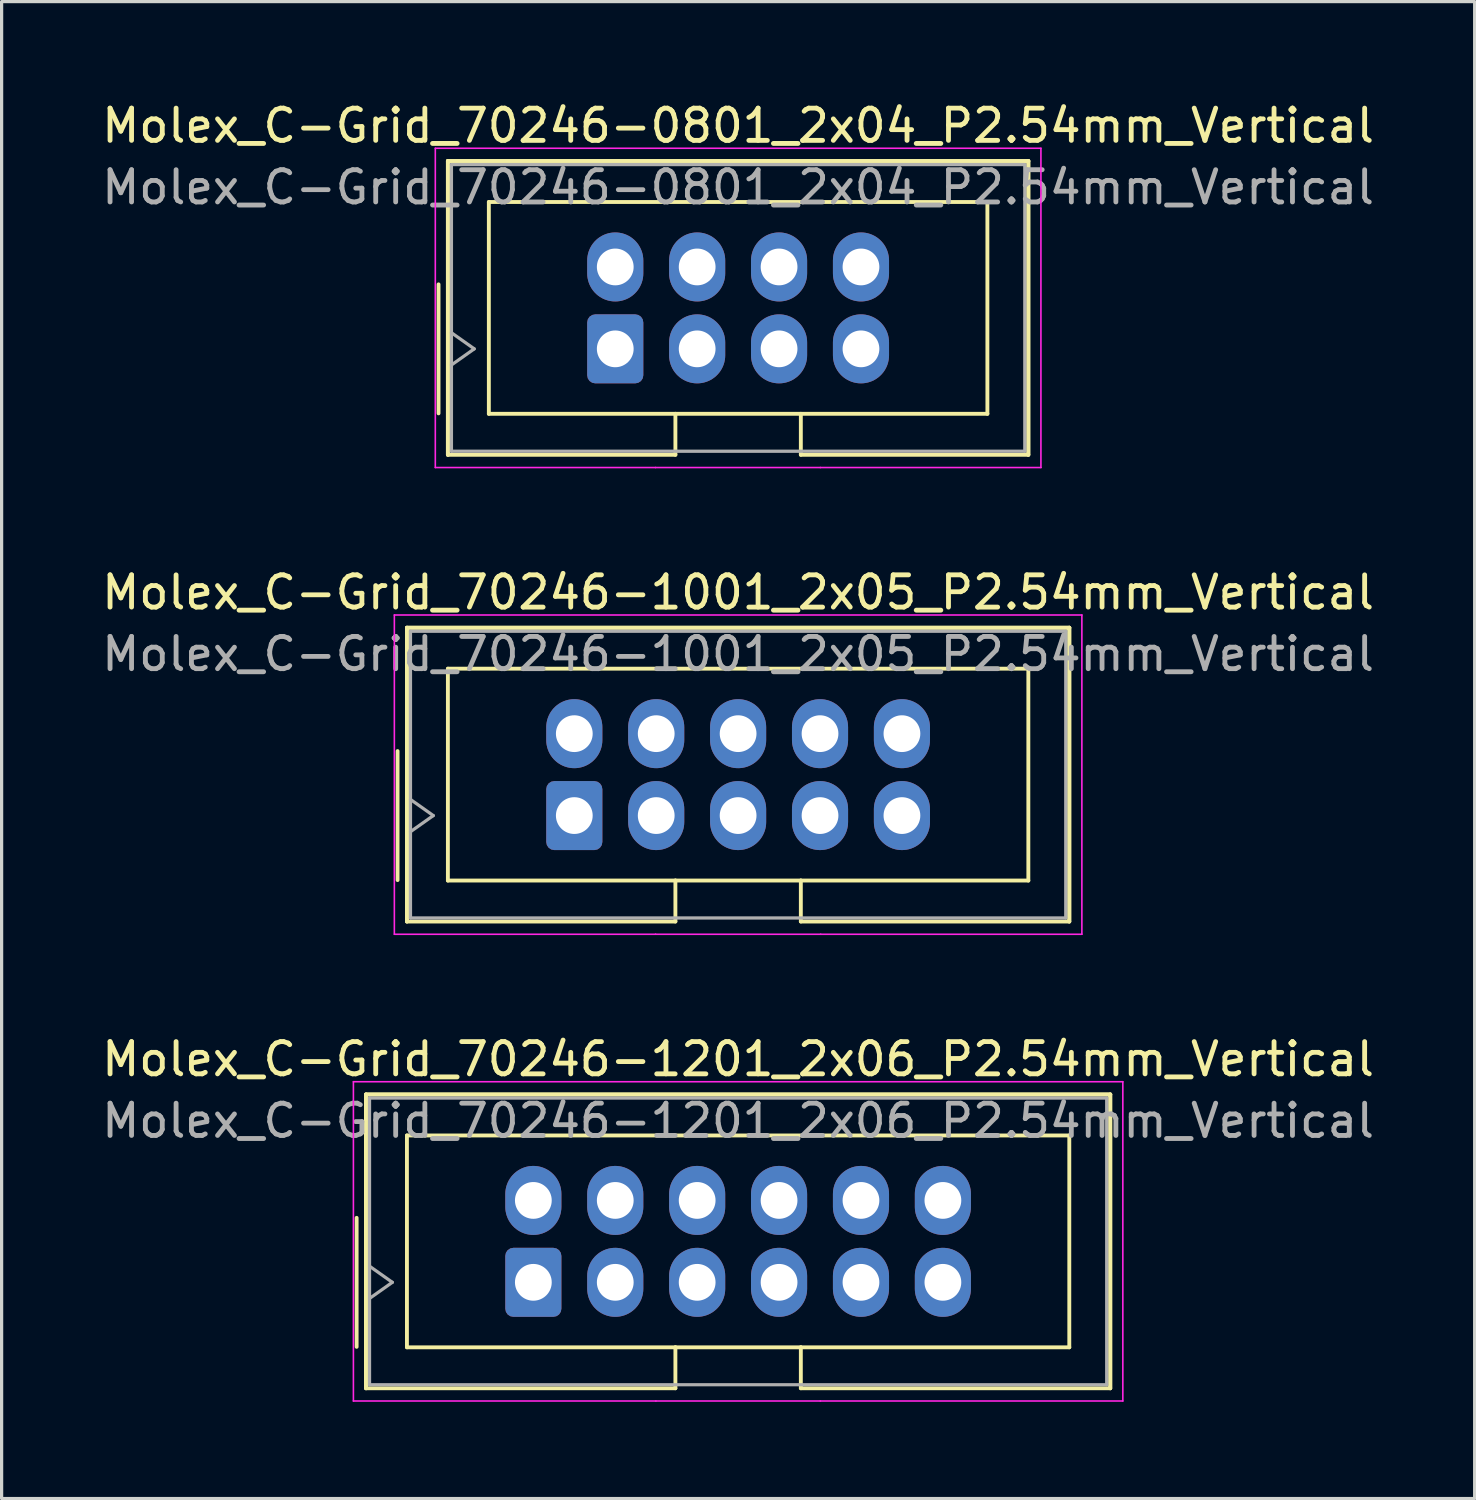
<source format=kicad_pcb>
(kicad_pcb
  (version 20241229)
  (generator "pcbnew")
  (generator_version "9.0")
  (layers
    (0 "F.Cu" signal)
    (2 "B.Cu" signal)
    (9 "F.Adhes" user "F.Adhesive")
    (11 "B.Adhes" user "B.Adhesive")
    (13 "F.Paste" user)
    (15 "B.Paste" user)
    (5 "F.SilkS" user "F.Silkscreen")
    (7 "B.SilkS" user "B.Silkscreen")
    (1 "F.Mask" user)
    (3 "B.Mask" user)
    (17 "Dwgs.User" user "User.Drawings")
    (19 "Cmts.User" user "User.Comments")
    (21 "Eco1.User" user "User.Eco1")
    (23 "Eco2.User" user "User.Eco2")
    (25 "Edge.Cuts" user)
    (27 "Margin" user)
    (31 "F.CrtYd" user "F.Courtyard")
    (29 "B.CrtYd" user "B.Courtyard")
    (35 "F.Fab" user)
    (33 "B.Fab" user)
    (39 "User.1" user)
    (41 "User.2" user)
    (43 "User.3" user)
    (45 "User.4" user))
  (footprint "Molex_C-Grid_70246-0801_2x04_P2.54mm_Vertical"
    (layer "F.Cu")
    (at 16.029 7.768)
    (property "Reference" "Molex_C-Grid_70246-0801_2x04_P2.54mm_Vertical" (at 3.81 -6.92 0) (layer "F.SilkS") (effects (font (size 1 1) (thickness 0.15))))
    (attr through_hole)
    (fp_line (start -5.48 -2) (end -5.48 2) (stroke (width 0.12) (type solid)) (layer "F.SilkS"))
    (fp_line (start -5.19 -5.825) (end 12.81 -5.825) (stroke (width 0.12) (type solid)) (layer "F.SilkS"))
    (fp_line (start -5.19 -5.825) (end 12.81 -5.825) (stroke (width 0.12) (type solid)) (layer "F.SilkS"))
    (fp_line (start -5.19 3.285) (end -5.19 -5.825) (stroke (width 0.12) (type solid)) (layer "F.SilkS"))
    (fp_line (start -5.19 3.285) (end -5.19 -5.825) (stroke (width 0.12) (type solid)) (layer "F.SilkS"))
    (fp_line (start -3.92 -4.555) (end -3.92 2.015) (stroke (width 0.12) (type solid)) (layer "F.SilkS"))
    (fp_line (start -3.92 2.015) (end 1.865 2.015) (stroke (width 0.12) (type solid)) (layer "F.SilkS"))
    (fp_line (start 1.865 2.015) (end 1.865 3.285) (stroke (width 0.12) (type solid)) (layer "F.SilkS"))
    (fp_line (start 1.865 2.015) (end 5.755 2.015) (stroke (width 0.12) (type solid)) (layer "F.SilkS"))
    (fp_line (start 1.865 3.285) (end -5.19 3.285) (stroke (width 0.12) (type solid)) (layer "F.SilkS"))
    (fp_line (start 5.755 2.015) (end 11.54 2.015) (stroke (width 0.12) (type solid)) (layer "F.SilkS"))
    (fp_line (start 5.755 3.285) (end 5.755 2.015) (stroke (width 0.12) (type solid)) (layer "F.SilkS"))
    (fp_line (start 11.54 -4.555) (end -3.92 -4.555) (stroke (width 0.12) (type solid)) (layer "F.SilkS"))
    (fp_line (start 11.54 2.015) (end 11.54 -4.555) (stroke (width 0.12) (type solid)) (layer "F.SilkS"))
    (fp_line (start 12.81 -5.825) (end 12.81 3.285) (stroke (width 0.12) (type solid)) (layer "F.SilkS"))
    (fp_line (start 12.81 -5.825) (end 12.81 3.285) (stroke (width 0.12) (type solid)) (layer "F.SilkS"))
    (fp_line (start 12.81 3.285) (end 5.755 3.285) (stroke (width 0.12) (type solid)) (layer "F.SilkS"))
    (fp_line (start -5.58 -6.22) (end -5.58 3.68) (stroke (width 0.05) (type solid)) (layer "F.CrtYd"))
    (fp_line (start -5.58 3.68) (end 1.25 3.68) (stroke (width 0.05) (type solid)) (layer "F.CrtYd"))
    (fp_line (start 1.25 3.68) (end 6.36 3.68) (stroke (width 0.05) (type solid)) (layer "F.CrtYd"))
    (fp_line (start 6.36 3.68) (end 13.2 3.68) (stroke (width 0.05) (type solid)) (layer "F.CrtYd"))
    (fp_line (start 13.2 -6.22) (end -5.58 -6.22) (stroke (width 0.05) (type solid)) (layer "F.CrtYd"))
    (fp_line (start 13.2 3.68) (end 13.2 -6.22) (stroke (width 0.05) (type solid)) (layer "F.CrtYd"))
    (fp_line (start -5.08 -5.715) (end -5.08 3.175) (stroke (width 0.1) (type solid)) (layer "F.Fab"))
    (fp_line (start -5.08 -0.5) (end -4.373 0) (stroke (width 0.1) (type solid)) (layer "F.Fab"))
    (fp_line (start -5.08 3.175) (end 12.7 3.175) (stroke (width 0.1) (type solid)) (layer "F.Fab"))
    (fp_line (start -4.373 0) (end -5.08 0.5) (stroke (width 0.1) (type solid)) (layer "F.Fab"))
    (fp_line (start 12.7 -5.715) (end -5.08 -5.715) (stroke (width 0.1) (type solid)) (layer "F.Fab"))
    (fp_line (start 12.7 3.175) (end 12.7 -5.715) (stroke (width 0.1) (type solid)) (layer "F.Fab"))
    (fp_text user "${REFERENCE}" (at 3.81 -5.01 0) (layer "F.Fab") (effects (font (size 1 1) (thickness 0.15))))
    (pad "1" thru_hole roundrect (at 0 0) (size 1.74 2.14) (drill 1.14) (layers "*.Cu" "*.Mask") (roundrect_rratio 0.144))
    (pad "2" thru_hole oval (at 0 -2.54) (size 1.74 2.14) (drill 1.14) (layers "*.Cu" "*.Mask"))
    (pad "3" thru_hole oval (at 2.54 0) (size 1.74 2.14) (drill 1.14) (layers "*.Cu" "*.Mask"))
    (pad "4" thru_hole oval (at 2.54 -2.54) (size 1.74 2.14) (drill 1.14) (layers "*.Cu" "*.Mask"))
    (pad "5" thru_hole oval (at 5.08 0) (size 1.74 2.14) (drill 1.14) (layers "*.Cu" "*.Mask"))
    (pad "6" thru_hole oval (at 5.08 -2.54) (size 1.74 2.14) (drill 1.14) (layers "*.Cu" "*.Mask"))
    (pad "7" thru_hole oval (at 7.62 0) (size 1.74 2.14) (drill 1.14) (layers "*.Cu" "*.Mask"))
    (pad "8" thru_hole oval (at 7.62 -2.54) (size 1.74 2.14) (drill 1.14) (layers "*.Cu" "*.Mask")))
  (footprint "Molex_C-Grid_70246-1001_2x05_P2.54mm_Vertical"
    (layer "F.Cu")
    (at 14.759 22.241)
    (property "Reference" "Molex_C-Grid_70246-1001_2x05_P2.54mm_Vertical" (at 5.08 -6.92 0) (layer "F.SilkS") (effects (font (size 1 1) (thickness 0.15))))
    (attr through_hole)
    (fp_line (start -5.48 -2) (end -5.48 2) (stroke (width 0.12) (type solid)) (layer "F.SilkS"))
    (fp_line (start -5.19 -5.825) (end 15.35 -5.825) (stroke (width 0.12) (type solid)) (layer "F.SilkS"))
    (fp_line (start -5.19 -5.825) (end 15.35 -5.825) (stroke (width 0.12) (type solid)) (layer "F.SilkS"))
    (fp_line (start -5.19 3.285) (end -5.19 -5.825) (stroke (width 0.12) (type solid)) (layer "F.SilkS"))
    (fp_line (start -5.19 3.285) (end -5.19 -5.825) (stroke (width 0.12) (type solid)) (layer "F.SilkS"))
    (fp_line (start -3.92 -4.555) (end -3.92 2.015) (stroke (width 0.12) (type solid)) (layer "F.SilkS"))
    (fp_line (start -3.92 2.015) (end 3.135 2.015) (stroke (width 0.12) (type solid)) (layer "F.SilkS"))
    (fp_line (start 3.135 2.015) (end 3.135 3.285) (stroke (width 0.12) (type solid)) (layer "F.SilkS"))
    (fp_line (start 3.135 2.015) (end 7.025 2.015) (stroke (width 0.12) (type solid)) (layer "F.SilkS"))
    (fp_line (start 3.135 3.285) (end -5.19 3.285) (stroke (width 0.12) (type solid)) (layer "F.SilkS"))
    (fp_line (start 7.025 2.015) (end 14.08 2.015) (stroke (width 0.12) (type solid)) (layer "F.SilkS"))
    (fp_line (start 7.025 3.285) (end 7.025 2.015) (stroke (width 0.12) (type solid)) (layer "F.SilkS"))
    (fp_line (start 14.08 -4.555) (end -3.92 -4.555) (stroke (width 0.12) (type solid)) (layer "F.SilkS"))
    (fp_line (start 14.08 2.015) (end 14.08 -4.555) (stroke (width 0.12) (type solid)) (layer "F.SilkS"))
    (fp_line (start 15.35 -5.825) (end 15.35 3.285) (stroke (width 0.12) (type solid)) (layer "F.SilkS"))
    (fp_line (start 15.35 -5.825) (end 15.35 3.285) (stroke (width 0.12) (type solid)) (layer "F.SilkS"))
    (fp_line (start 15.35 3.285) (end 7.025 3.285) (stroke (width 0.12) (type solid)) (layer "F.SilkS"))
    (fp_line (start -5.58 -6.22) (end -5.58 3.68) (stroke (width 0.05) (type solid)) (layer "F.CrtYd"))
    (fp_line (start -5.58 3.68) (end 2.52 3.68) (stroke (width 0.05) (type solid)) (layer "F.CrtYd"))
    (fp_line (start 2.52 3.68) (end 7.64 3.68) (stroke (width 0.05) (type solid)) (layer "F.CrtYd"))
    (fp_line (start 7.64 3.68) (end 15.74 3.68) (stroke (width 0.05) (type solid)) (layer "F.CrtYd"))
    (fp_line (start 15.74 -6.22) (end -5.58 -6.22) (stroke (width 0.05) (type solid)) (layer "F.CrtYd"))
    (fp_line (start 15.74 3.68) (end 15.74 -6.22) (stroke (width 0.05) (type solid)) (layer "F.CrtYd"))
    (fp_line (start -5.08 -5.715) (end -5.08 3.175) (stroke (width 0.1) (type solid)) (layer "F.Fab"))
    (fp_line (start -5.08 -0.5) (end -4.373 0) (stroke (width 0.1) (type solid)) (layer "F.Fab"))
    (fp_line (start -5.08 3.175) (end 15.24 3.175) (stroke (width 0.1) (type solid)) (layer "F.Fab"))
    (fp_line (start -4.373 0) (end -5.08 0.5) (stroke (width 0.1) (type solid)) (layer "F.Fab"))
    (fp_line (start 15.24 -5.715) (end -5.08 -5.715) (stroke (width 0.1) (type solid)) (layer "F.Fab"))
    (fp_line (start 15.24 3.175) (end 15.24 -5.715) (stroke (width 0.1) (type solid)) (layer "F.Fab"))
    (fp_text user "${REFERENCE}" (at 5.08 -5.01 0) (layer "F.Fab") (effects (font (size 1 1) (thickness 0.15))))
    (pad "1" thru_hole roundrect (at 0 0) (size 1.74 2.14) (drill 1.14) (layers "*.Cu" "*.Mask") (roundrect_rratio 0.144))
    (pad "2" thru_hole oval (at 0 -2.54) (size 1.74 2.14) (drill 1.14) (layers "*.Cu" "*.Mask"))
    (pad "3" thru_hole oval (at 2.54 0) (size 1.74 2.14) (drill 1.14) (layers "*.Cu" "*.Mask"))
    (pad "4" thru_hole oval (at 2.54 -2.54) (size 1.74 2.14) (drill 1.14) (layers "*.Cu" "*.Mask"))
    (pad "5" thru_hole oval (at 5.08 0) (size 1.74 2.14) (drill 1.14) (layers "*.Cu" "*.Mask"))
    (pad "6" thru_hole oval (at 5.08 -2.54) (size 1.74 2.14) (drill 1.14) (layers "*.Cu" "*.Mask"))
    (pad "7" thru_hole oval (at 7.62 0) (size 1.74 2.14) (drill 1.14) (layers "*.Cu" "*.Mask"))
    (pad "8" thru_hole oval (at 7.62 -2.54) (size 1.74 2.14) (drill 1.14) (layers "*.Cu" "*.Mask"))
    (pad "9" thru_hole oval (at 10.16 0) (size 1.74 2.14) (drill 1.14) (layers "*.Cu" "*.Mask"))
    (pad "10" thru_hole oval (at 10.16 -2.54) (size 1.74 2.14) (drill 1.14) (layers "*.Cu" "*.Mask")))
  (footprint "Molex_C-Grid_70246-1201_2x06_P2.54mm_Vertical"
    (layer "F.Cu")
    (at 13.489 36.715)
    (property "Reference" "Molex_C-Grid_70246-1201_2x06_P2.54mm_Vertical" (at 6.35 -6.92 0) (layer "F.SilkS") (effects (font (size 1 1) (thickness 0.15))))
    (attr through_hole)
    (fp_line (start -5.48 -2) (end -5.48 2) (stroke (width 0.12) (type solid)) (layer "F.SilkS"))
    (fp_line (start -5.19 -5.825) (end 17.89 -5.825) (stroke (width 0.12) (type solid)) (layer "F.SilkS"))
    (fp_line (start -5.19 -5.825) (end 17.89 -5.825) (stroke (width 0.12) (type solid)) (layer "F.SilkS"))
    (fp_line (start -5.19 3.285) (end -5.19 -5.825) (stroke (width 0.12) (type solid)) (layer "F.SilkS"))
    (fp_line (start -5.19 3.285) (end -5.19 -5.825) (stroke (width 0.12) (type solid)) (layer "F.SilkS"))
    (fp_line (start -3.92 -4.555) (end -3.92 2.015) (stroke (width 0.12) (type solid)) (layer "F.SilkS"))
    (fp_line (start -3.92 2.015) (end 4.405 2.015) (stroke (width 0.12) (type solid)) (layer "F.SilkS"))
    (fp_line (start 4.405 2.015) (end 4.405 3.285) (stroke (width 0.12) (type solid)) (layer "F.SilkS"))
    (fp_line (start 4.405 2.015) (end 8.295 2.015) (stroke (width 0.12) (type solid)) (layer "F.SilkS"))
    (fp_line (start 4.405 3.285) (end -5.19 3.285) (stroke (width 0.12) (type solid)) (layer "F.SilkS"))
    (fp_line (start 8.295 2.015) (end 16.62 2.015) (stroke (width 0.12) (type solid)) (layer "F.SilkS"))
    (fp_line (start 8.295 3.285) (end 8.295 2.015) (stroke (width 0.12) (type solid)) (layer "F.SilkS"))
    (fp_line (start 16.62 -4.555) (end -3.92 -4.555) (stroke (width 0.12) (type solid)) (layer "F.SilkS"))
    (fp_line (start 16.62 2.015) (end 16.62 -4.555) (stroke (width 0.12) (type solid)) (layer "F.SilkS"))
    (fp_line (start 17.89 -5.825) (end 17.89 3.285) (stroke (width 0.12) (type solid)) (layer "F.SilkS"))
    (fp_line (start 17.89 -5.825) (end 17.89 3.285) (stroke (width 0.12) (type solid)) (layer "F.SilkS"))
    (fp_line (start 17.89 3.285) (end 8.295 3.285) (stroke (width 0.12) (type solid)) (layer "F.SilkS"))
    (fp_line (start -5.58 -6.22) (end -5.58 3.68) (stroke (width 0.05) (type solid)) (layer "F.CrtYd"))
    (fp_line (start -5.58 3.68) (end 3.8 3.68) (stroke (width 0.05) (type solid)) (layer "F.CrtYd"))
    (fp_line (start 3.8 3.68) (end 8.9 3.68) (stroke (width 0.05) (type solid)) (layer "F.CrtYd"))
    (fp_line (start 8.9 3.68) (end 18.28 3.68) (stroke (width 0.05) (type solid)) (layer "F.CrtYd"))
    (fp_line (start 18.28 -6.22) (end -5.58 -6.22) (stroke (width 0.05) (type solid)) (layer "F.CrtYd"))
    (fp_line (start 18.28 3.68) (end 18.28 -6.22) (stroke (width 0.05) (type solid)) (layer "F.CrtYd"))
    (fp_line (start -5.08 -5.715) (end -5.08 3.175) (stroke (width 0.1) (type solid)) (layer "F.Fab"))
    (fp_line (start -5.08 -0.5) (end -4.373 0) (stroke (width 0.1) (type solid)) (layer "F.Fab"))
    (fp_line (start -5.08 3.175) (end 17.78 3.175) (stroke (width 0.1) (type solid)) (layer "F.Fab"))
    (fp_line (start -4.373 0) (end -5.08 0.5) (stroke (width 0.1) (type solid)) (layer "F.Fab"))
    (fp_line (start 17.78 -5.715) (end -5.08 -5.715) (stroke (width 0.1) (type solid)) (layer "F.Fab"))
    (fp_line (start 17.78 3.175) (end 17.78 -5.715) (stroke (width 0.1) (type solid)) (layer "F.Fab"))
    (fp_text user "${REFERENCE}" (at 6.35 -5.01 0) (layer "F.Fab") (effects (font (size 1 1) (thickness 0.15))))
    (pad "1" thru_hole roundrect (at 0 0) (size 1.74 2.14) (drill 1.14) (layers "*.Cu" "*.Mask") (roundrect_rratio 0.144))
    (pad "2" thru_hole oval (at 0 -2.54) (size 1.74 2.14) (drill 1.14) (layers "*.Cu" "*.Mask"))
    (pad "3" thru_hole oval (at 2.54 0) (size 1.74 2.14) (drill 1.14) (layers "*.Cu" "*.Mask"))
    (pad "4" thru_hole oval (at 2.54 -2.54) (size 1.74 2.14) (drill 1.14) (layers "*.Cu" "*.Mask"))
    (pad "5" thru_hole oval (at 5.08 0) (size 1.74 2.14) (drill 1.14) (layers "*.Cu" "*.Mask"))
    (pad "6" thru_hole oval (at 5.08 -2.54) (size 1.74 2.14) (drill 1.14) (layers "*.Cu" "*.Mask"))
    (pad "7" thru_hole oval (at 7.62 0) (size 1.74 2.14) (drill 1.14) (layers "*.Cu" "*.Mask"))
    (pad "8" thru_hole oval (at 7.62 -2.54) (size 1.74 2.14) (drill 1.14) (layers "*.Cu" "*.Mask"))
    (pad "9" thru_hole oval (at 10.16 0) (size 1.74 2.14) (drill 1.14) (layers "*.Cu" "*.Mask"))
    (pad "10" thru_hole oval (at 10.16 -2.54) (size 1.74 2.14) (drill 1.14) (layers "*.Cu" "*.Mask"))
    (pad "11" thru_hole oval (at 12.7 0) (size 1.74 2.14) (drill 1.14) (layers "*.Cu" "*.Mask"))
    (pad "12" thru_hole oval (at 12.7 -2.54) (size 1.74 2.14) (drill 1.14) (layers "*.Cu" "*.Mask")))
  (gr_rect
    (start -3 -3)
    (end 42.679 43.42)
    (stroke (width 0.1) (type default))
    (fill no)
    (layer "Edge.Cuts")))
</source>
